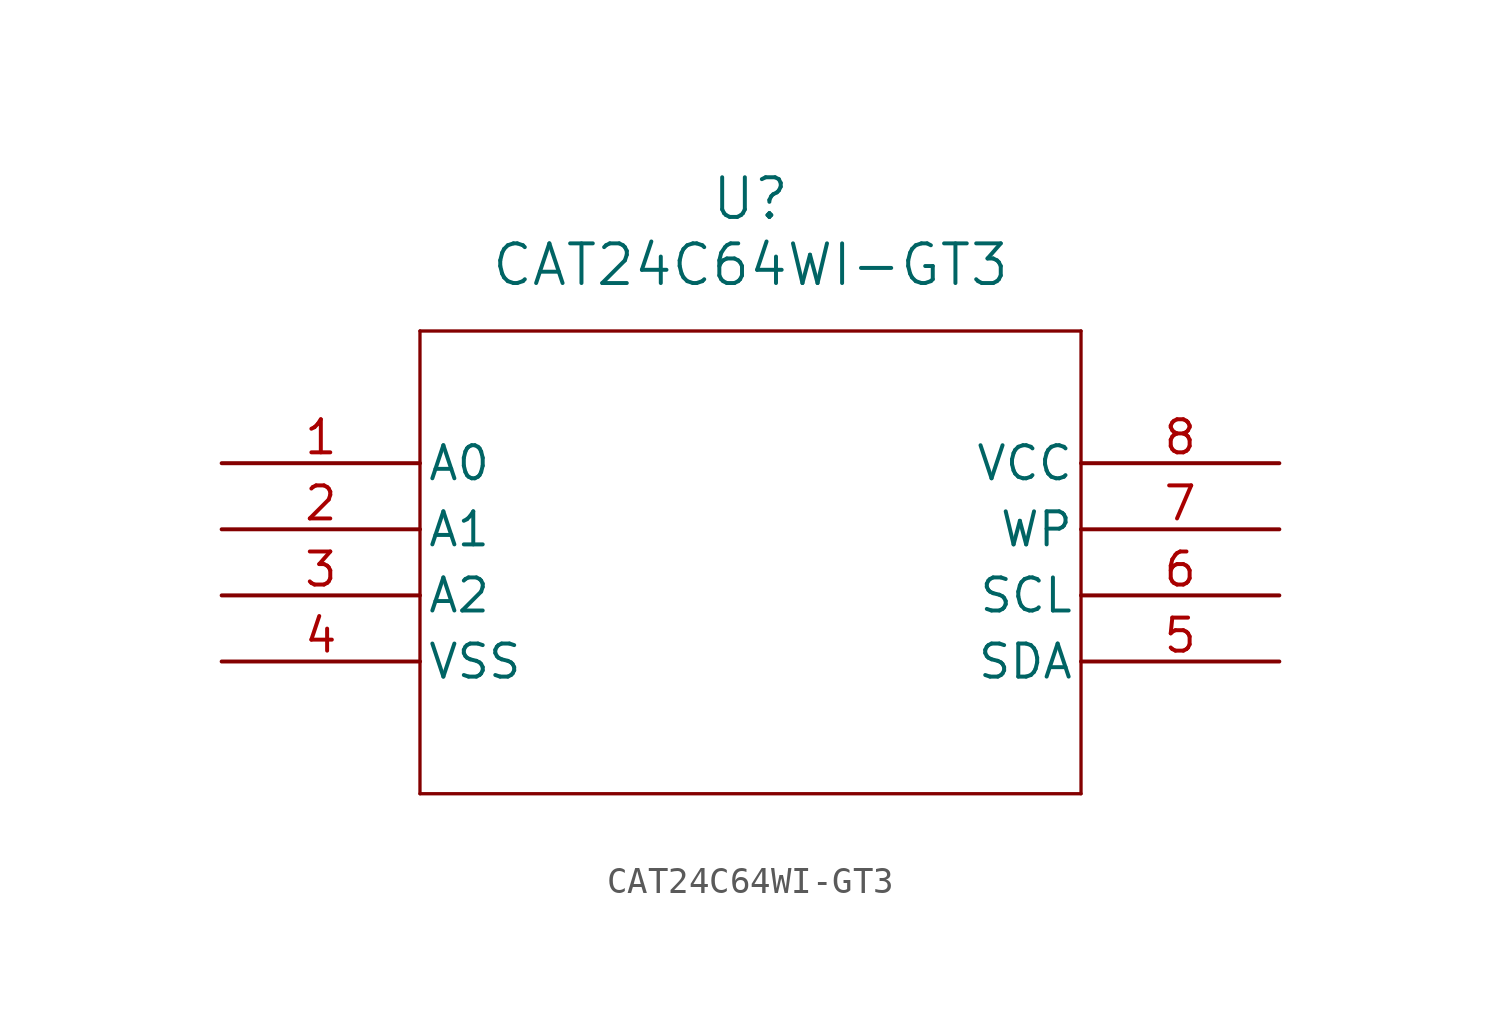
<source format=kicad_sym>
(kicad_symbol_lib
  (version 20211014)
  (generator kicad_symbol_editor)
  (symbol "CAT24C64WI-GT3"
    (pin_names
      (offset 0.254))
    (property "Reference" "U"
      (at 20.32 10.16 0)
      (effects (font (size 1.524 1.524))))
    (property "Value" "CAT24C64WI-GT3"
      (at 20.32 7.62 0)
      (effects (font (size 1.524 1.524))))
    (symbol "CAT24C64WI-GT3_0_1"
      (polyline (pts (xy 7.62 5.08) (xy 7.62 -12.7)) (stroke (width 0.127) (type default) (color 0 0 0 0)) (fill (type none)))
      (polyline (pts (xy 7.62 -12.7) (xy 33.02 -12.7)) (stroke (width 0.127) (type default) (color 0 0 0 0)) (fill (type none)))
      (polyline (pts (xy 33.02 -12.7) (xy 33.02 5.08)) (stroke (width 0.127) (type default) (color 0 0 0 0)) (fill (type none)))
      (polyline (pts (xy 33.02 5.08) (xy 7.62 5.08)) (stroke (width 0.127) (type default) (color 0 0 0 0)) (fill (type none)))
      (pin unspecified line (at 0 0 0) (length 7.62) (name "A0" (effects (font (size 1.27 1.27)))) (number "1" (effects (font (size 1.27 1.27)))))
      (pin unspecified line (at 0 -2.54 0) (length 7.62) (name "A1" (effects (font (size 1.27 1.27)))) (number "2" (effects (font (size 1.27 1.27)))))
      (pin unspecified line (at 0 -5.08 0) (length 7.62) (name "A2" (effects (font (size 1.27 1.27)))) (number "3" (effects (font (size 1.27 1.27)))))
      (pin power_in line (at 0 -7.62 0) (length 7.62) (name "VSS" (effects (font (size 1.27 1.27)))) (number "4" (effects (font (size 1.27 1.27)))))
      (pin unspecified line (at 40.64 -7.62 180) (length 7.62) (name "SDA" (effects (font (size 1.27 1.27)))) (number "5" (effects (font (size 1.27 1.27)))))
      (pin unspecified line (at 40.64 -5.08 180) (length 7.62) (name "SCL" (effects (font (size 1.27 1.27)))) (number "6" (effects (font (size 1.27 1.27)))))
      (pin unspecified line (at 40.64 -2.54 180) (length 7.62) (name "WP" (effects (font (size 1.27 1.27)))) (number "7" (effects (font (size 1.27 1.27)))))
      (pin power_in line (at 40.64 0 180) (length 7.62) (name "VCC" (effects (font (size 1.27 1.27)))) (number "8" (effects (font (size 1.27 1.27))))))))
</source>
